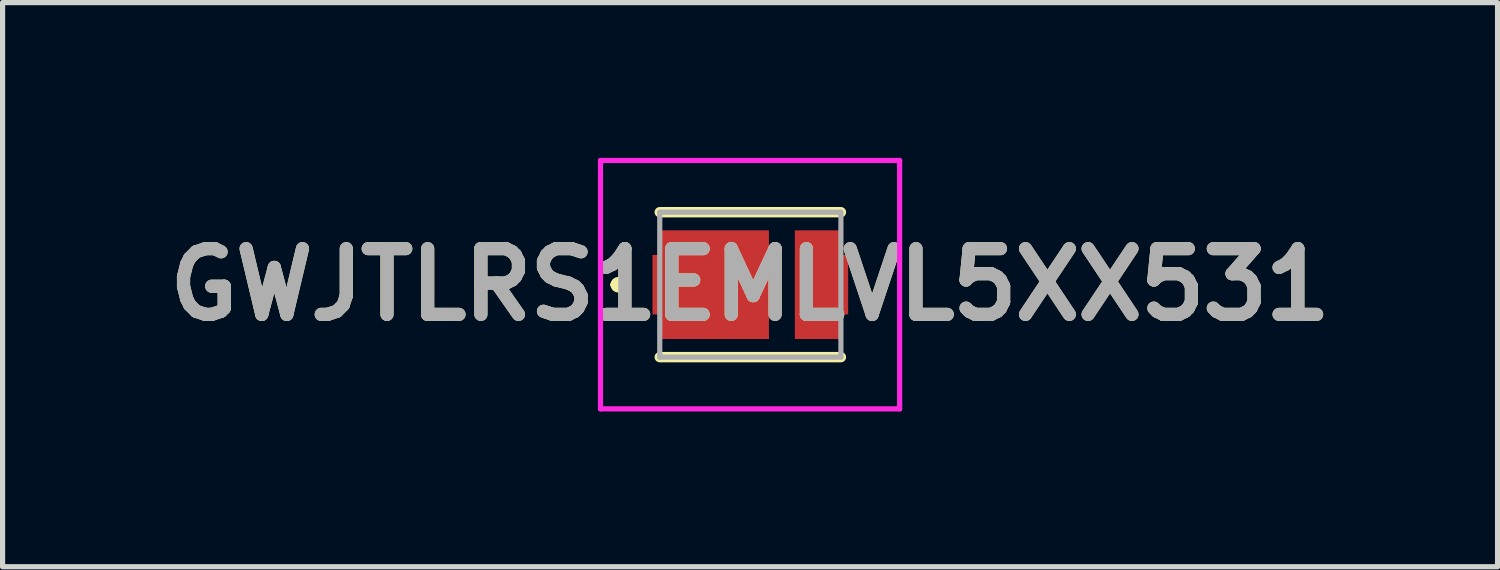
<source format=kicad_pcb>
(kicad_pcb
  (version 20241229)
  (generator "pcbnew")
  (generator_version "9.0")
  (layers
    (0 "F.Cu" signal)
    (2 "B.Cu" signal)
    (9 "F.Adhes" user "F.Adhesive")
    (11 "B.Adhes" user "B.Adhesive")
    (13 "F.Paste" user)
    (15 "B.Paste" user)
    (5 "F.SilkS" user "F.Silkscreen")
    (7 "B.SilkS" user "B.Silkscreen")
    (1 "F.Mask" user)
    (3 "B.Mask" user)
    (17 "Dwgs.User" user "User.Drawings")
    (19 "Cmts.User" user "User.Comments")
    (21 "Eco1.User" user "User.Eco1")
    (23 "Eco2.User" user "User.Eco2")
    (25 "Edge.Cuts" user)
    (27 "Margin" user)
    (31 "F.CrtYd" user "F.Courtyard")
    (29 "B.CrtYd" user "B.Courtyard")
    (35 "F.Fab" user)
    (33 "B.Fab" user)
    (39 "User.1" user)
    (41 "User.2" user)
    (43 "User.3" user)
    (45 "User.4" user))
  (footprint "GWJTLRS1EMLVL5XX531"
    (layer "F.Cu")
    (at 11.447 2.45)
    (property "Reference" "GWJTLRS1EMLVL5XX531" (at -0.005 0 0) (layer "F.SilkS") (effects (font (size 1.27 1.27) (thickness 0.254))))
    (attr smd)
    (fp_line (start -2.6 0) (end -2.6 0) (stroke (width 0.2) (type solid)) (layer "F.SilkS"))
    (fp_line (start -2.6 0) (end -2.6 0) (stroke (width 0.2) (type solid)) (layer "F.SilkS"))
    (fp_line (start -2.5 0) (end -2.5 0) (stroke (width 0.2) (type solid)) (layer "F.SilkS"))
    (fp_line (start -1.75 -1.4) (end 1.75 -1.4) (stroke (width 0.2) (type solid)) (layer "F.SilkS"))
    (fp_line (start -1.75 1.4) (end 1.75 1.4) (stroke (width 0.2) (type solid)) (layer "F.SilkS"))
    (fp_arc (start -2.6 0) (mid -2.55 -0.05) (end -2.5 0) (stroke (width 0.2) (type solid)) (layer "F.SilkS"))
    (fp_arc (start -2.5 0) (mid -2.55 0.05) (end -2.6 0) (stroke (width 0.2) (type solid)) (layer "F.SilkS"))
    (fp_arc (start -2.5 0) (mid -2.55 0.05) (end -2.6 0) (stroke (width 0.2) (type solid)) (layer "F.SilkS"))
    (fp_line (start -2.895 -2.4) (end 2.885 -2.4) (stroke (width 0.1) (type solid)) (layer "F.CrtYd"))
    (fp_line (start -2.895 2.4) (end -2.895 -2.4) (stroke (width 0.1) (type solid)) (layer "F.CrtYd"))
    (fp_line (start 2.885 -2.4) (end 2.885 2.4) (stroke (width 0.1) (type solid)) (layer "F.CrtYd"))
    (fp_line (start 2.885 2.4) (end -2.895 2.4) (stroke (width 0.1) (type solid)) (layer "F.CrtYd"))
    (fp_line (start -1.75 -1.4) (end 1.75 -1.4) (stroke (width 0.1) (type solid)) (layer "F.Fab"))
    (fp_line (start -1.75 1.4) (end -1.75 -1.4) (stroke (width 0.1) (type solid)) (layer "F.Fab"))
    (fp_line (start 1.75 -1.4) (end 1.75 1.4) (stroke (width 0.1) (type solid)) (layer "F.Fab"))
    (fp_line (start 1.75 1.4) (end -1.75 1.4) (stroke (width 0.1) (type solid)) (layer "F.Fab"))
    (fp_text user "${REFERENCE}" (at -0.005 0 0) (layer "F.Fab") (effects (font (size 1.27 1.27) (thickness 0.254))))
    (pad "1" smd rect (at -1.825 0) (size 0.13 1.15) (layers "F.Cu" "F.Mask" "F.Paste"))
    (pad "2" smd rect (at -0.7 0 90) (size 2.1 2.12) (layers "F.Cu" "F.Mask" "F.Paste"))
    (pad "3" smd rect (at 1.32 0) (size 0.92 2.1) (layers "F.Cu" "F.Mask" "F.Paste"))
    (pad "4" smd rect (at 1.835 0) (size 0.11 1.15) (layers "F.Cu" "F.Mask" "F.Paste")))
  (gr_rect
    (start -3 -3)
    (end 25.884 7.9)
    (stroke (width 0.1) (type default))
    (fill no)
    (layer "Edge.Cuts")))
</source>
